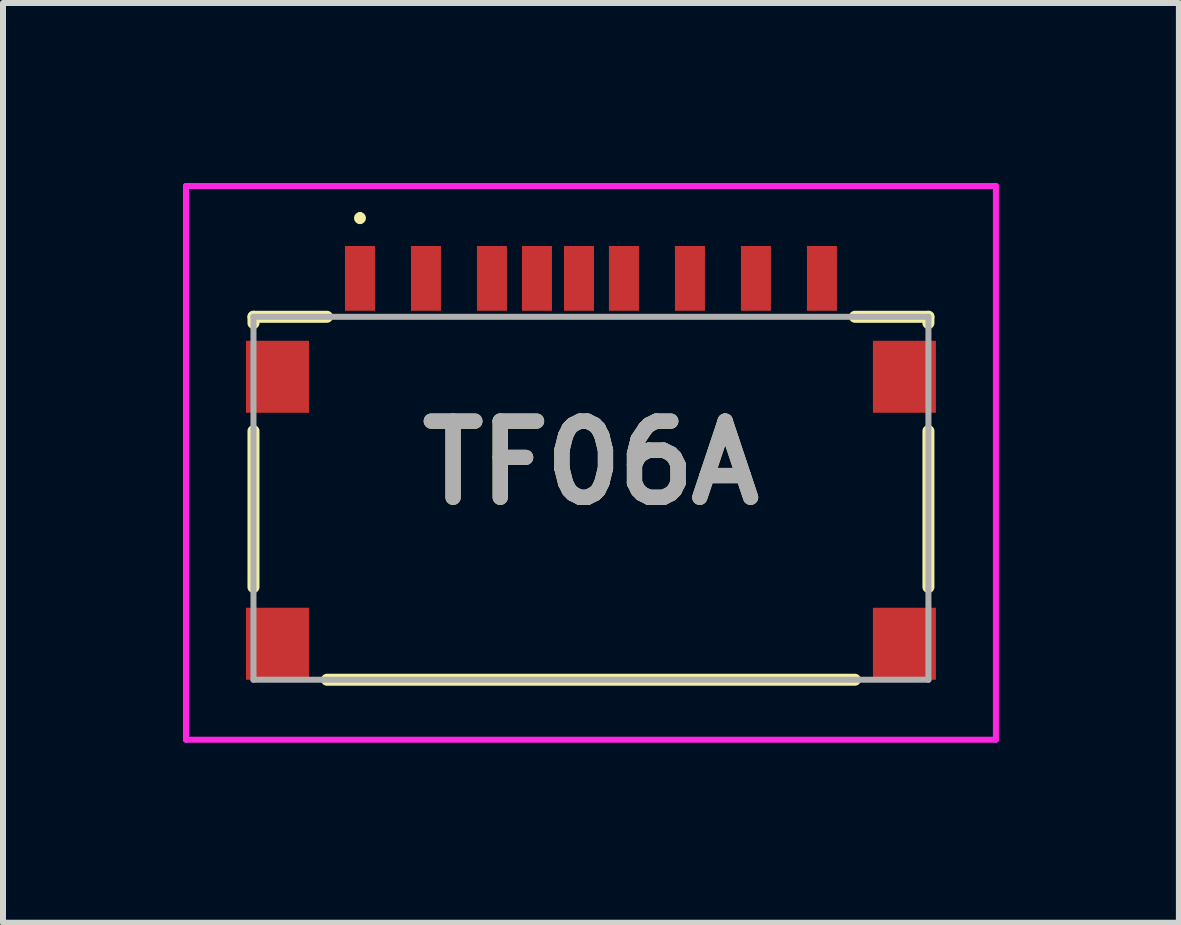
<source format=kicad_pcb>
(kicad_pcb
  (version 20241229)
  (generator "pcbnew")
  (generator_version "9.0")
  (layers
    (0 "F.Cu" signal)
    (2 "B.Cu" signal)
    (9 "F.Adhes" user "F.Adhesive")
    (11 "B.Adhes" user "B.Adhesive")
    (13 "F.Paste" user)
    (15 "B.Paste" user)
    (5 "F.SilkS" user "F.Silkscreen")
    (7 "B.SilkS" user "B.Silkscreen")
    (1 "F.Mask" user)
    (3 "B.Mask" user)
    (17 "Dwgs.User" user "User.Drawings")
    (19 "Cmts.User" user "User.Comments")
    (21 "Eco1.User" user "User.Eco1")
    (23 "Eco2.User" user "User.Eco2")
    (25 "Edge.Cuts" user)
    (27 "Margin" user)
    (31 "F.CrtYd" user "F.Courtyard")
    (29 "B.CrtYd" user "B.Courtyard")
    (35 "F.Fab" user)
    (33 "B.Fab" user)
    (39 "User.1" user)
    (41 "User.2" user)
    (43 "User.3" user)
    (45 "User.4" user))
  (footprint "TF06A"
    (layer "F.Cu")
    (at 6.8 4.935)
    (property "Reference" "TF06A" (at 0 -0.27 0) (layer "F.SilkS") (effects (font (size 1.27 1.27) (thickness 0.254))))
    (attr smd)
    (fp_line (start -5.625 -2.705) (end -4.4 -2.705) (stroke (width 0.2) (type solid)) (layer "F.SilkS"))
    (fp_line (start -5.625 -2.6) (end -5.625 -2.705) (stroke (width 0.2) (type solid)) (layer "F.SilkS"))
    (fp_line (start -5.625 -0.8) (end -5.625 1.8) (stroke (width 0.2) (type solid)) (layer "F.SilkS"))
    (fp_line (start -4.4 3.345) (end 4.4 3.345) (stroke (width 0.2) (type solid)) (layer "F.SilkS"))
    (fp_line (start -3.85 -4.4) (end -3.85 -4.4) (stroke (width 0.1) (type solid)) (layer "F.SilkS"))
    (fp_line (start -3.85 -4.3) (end -3.85 -4.3) (stroke (width 0.1) (type solid)) (layer "F.SilkS"))
    (fp_line (start 4.4 -2.705) (end 5.625 -2.705) (stroke (width 0.2) (type solid)) (layer "F.SilkS"))
    (fp_line (start 5.625 -2.705) (end 5.625 -2.6) (stroke (width 0.2) (type solid)) (layer "F.SilkS"))
    (fp_line (start 5.625 -0.8) (end 5.625 1.8) (stroke (width 0.2) (type solid)) (layer "F.SilkS"))
    (fp_arc (start -3.85 -4.4) (mid -3.8 -4.35) (end -3.85 -4.3) (stroke (width 0.1) (type solid)) (layer "F.SilkS"))
    (fp_arc (start -3.85 -4.3) (mid -3.9 -4.35) (end -3.85 -4.4) (stroke (width 0.1) (type solid)) (layer "F.SilkS"))
    (fp_line (start -6.75 -4.885) (end 6.75 -4.885) (stroke (width 0.1) (type solid)) (layer "F.CrtYd"))
    (fp_line (start -6.75 4.345) (end -6.75 -4.885) (stroke (width 0.1) (type solid)) (layer "F.CrtYd"))
    (fp_line (start 6.75 -4.885) (end 6.75 4.345) (stroke (width 0.1) (type solid)) (layer "F.CrtYd"))
    (fp_line (start 6.75 4.345) (end -6.75 4.345) (stroke (width 0.1) (type solid)) (layer "F.CrtYd"))
    (fp_line (start -5.625 -2.705) (end 5.625 -2.705) (stroke (width 0.1) (type solid)) (layer "F.Fab"))
    (fp_line (start -5.625 3.345) (end -5.625 -2.705) (stroke (width 0.1) (type solid)) (layer "F.Fab"))
    (fp_line (start 5.625 -2.705) (end 5.625 3.345) (stroke (width 0.1) (type solid)) (layer "F.Fab"))
    (fp_line (start 5.625 3.345) (end -5.625 3.345) (stroke (width 0.1) (type solid)) (layer "F.Fab"))
    (fp_text user "${REFERENCE}" (at 0 -0.27 0) (layer "F.Fab") (effects (font (size 1.27 1.27) (thickness 0.254))))
    (pad "1" smd rect (at -3.85 -3.345) (size 0.5 1.08) (layers "F.Cu" "F.Mask" "F.Paste"))
    (pad "2" smd rect (at -2.75 -3.345) (size 0.5 1.08) (layers "F.Cu" "F.Mask" "F.Paste"))
    (pad "3" smd rect (at -1.65 -3.345) (size 0.5 1.08) (layers "F.Cu" "F.Mask" "F.Paste"))
    (pad "4" smd rect (at -0.9 -3.345) (size 0.5 1.08) (layers "F.Cu" "F.Mask" "F.Paste"))
    (pad "5" smd rect (at 0.55 -3.345) (size 0.5 1.08) (layers "F.Cu" "F.Mask" "F.Paste"))
    (pad "6" smd rect (at 1.65 -3.345) (size 0.5 1.08) (layers "F.Cu" "F.Mask" "F.Paste"))
    (pad "7" smd rect (at 2.75 -3.345) (size 0.5 1.08) (layers "F.Cu" "F.Mask" "F.Paste"))
    (pad "8" smd rect (at 3.85 -3.345) (size 0.5 1.08) (layers "F.Cu" "F.Mask" "F.Paste"))
    (pad "G1" smd rect (at -0.2 -3.345) (size 0.5 1.08) (layers "F.Cu" "F.Mask" "F.Paste"))
    (pad "MP1" smd rect (at -5.225 -1.705) (size 1.05 1.2) (layers "F.Cu" "F.Mask" "F.Paste"))
    (pad "MP2" smd rect (at 5.225 -1.705) (size 1.05 1.2) (layers "F.Cu" "F.Mask" "F.Paste"))
    (pad "MP3" smd rect (at -5.225 2.745) (size 1.05 1.2) (layers "F.Cu" "F.Mask" "F.Paste"))
    (pad "MP4" smd rect (at 5.225 2.745) (size 1.05 1.2) (layers "F.Cu" "F.Mask" "F.Paste")))
  (gr_rect
    (start -3 -3)
    (end 16.6 12.33)
    (stroke (width 0.1) (type default))
    (fill no)
    (layer "Edge.Cuts")))
</source>
